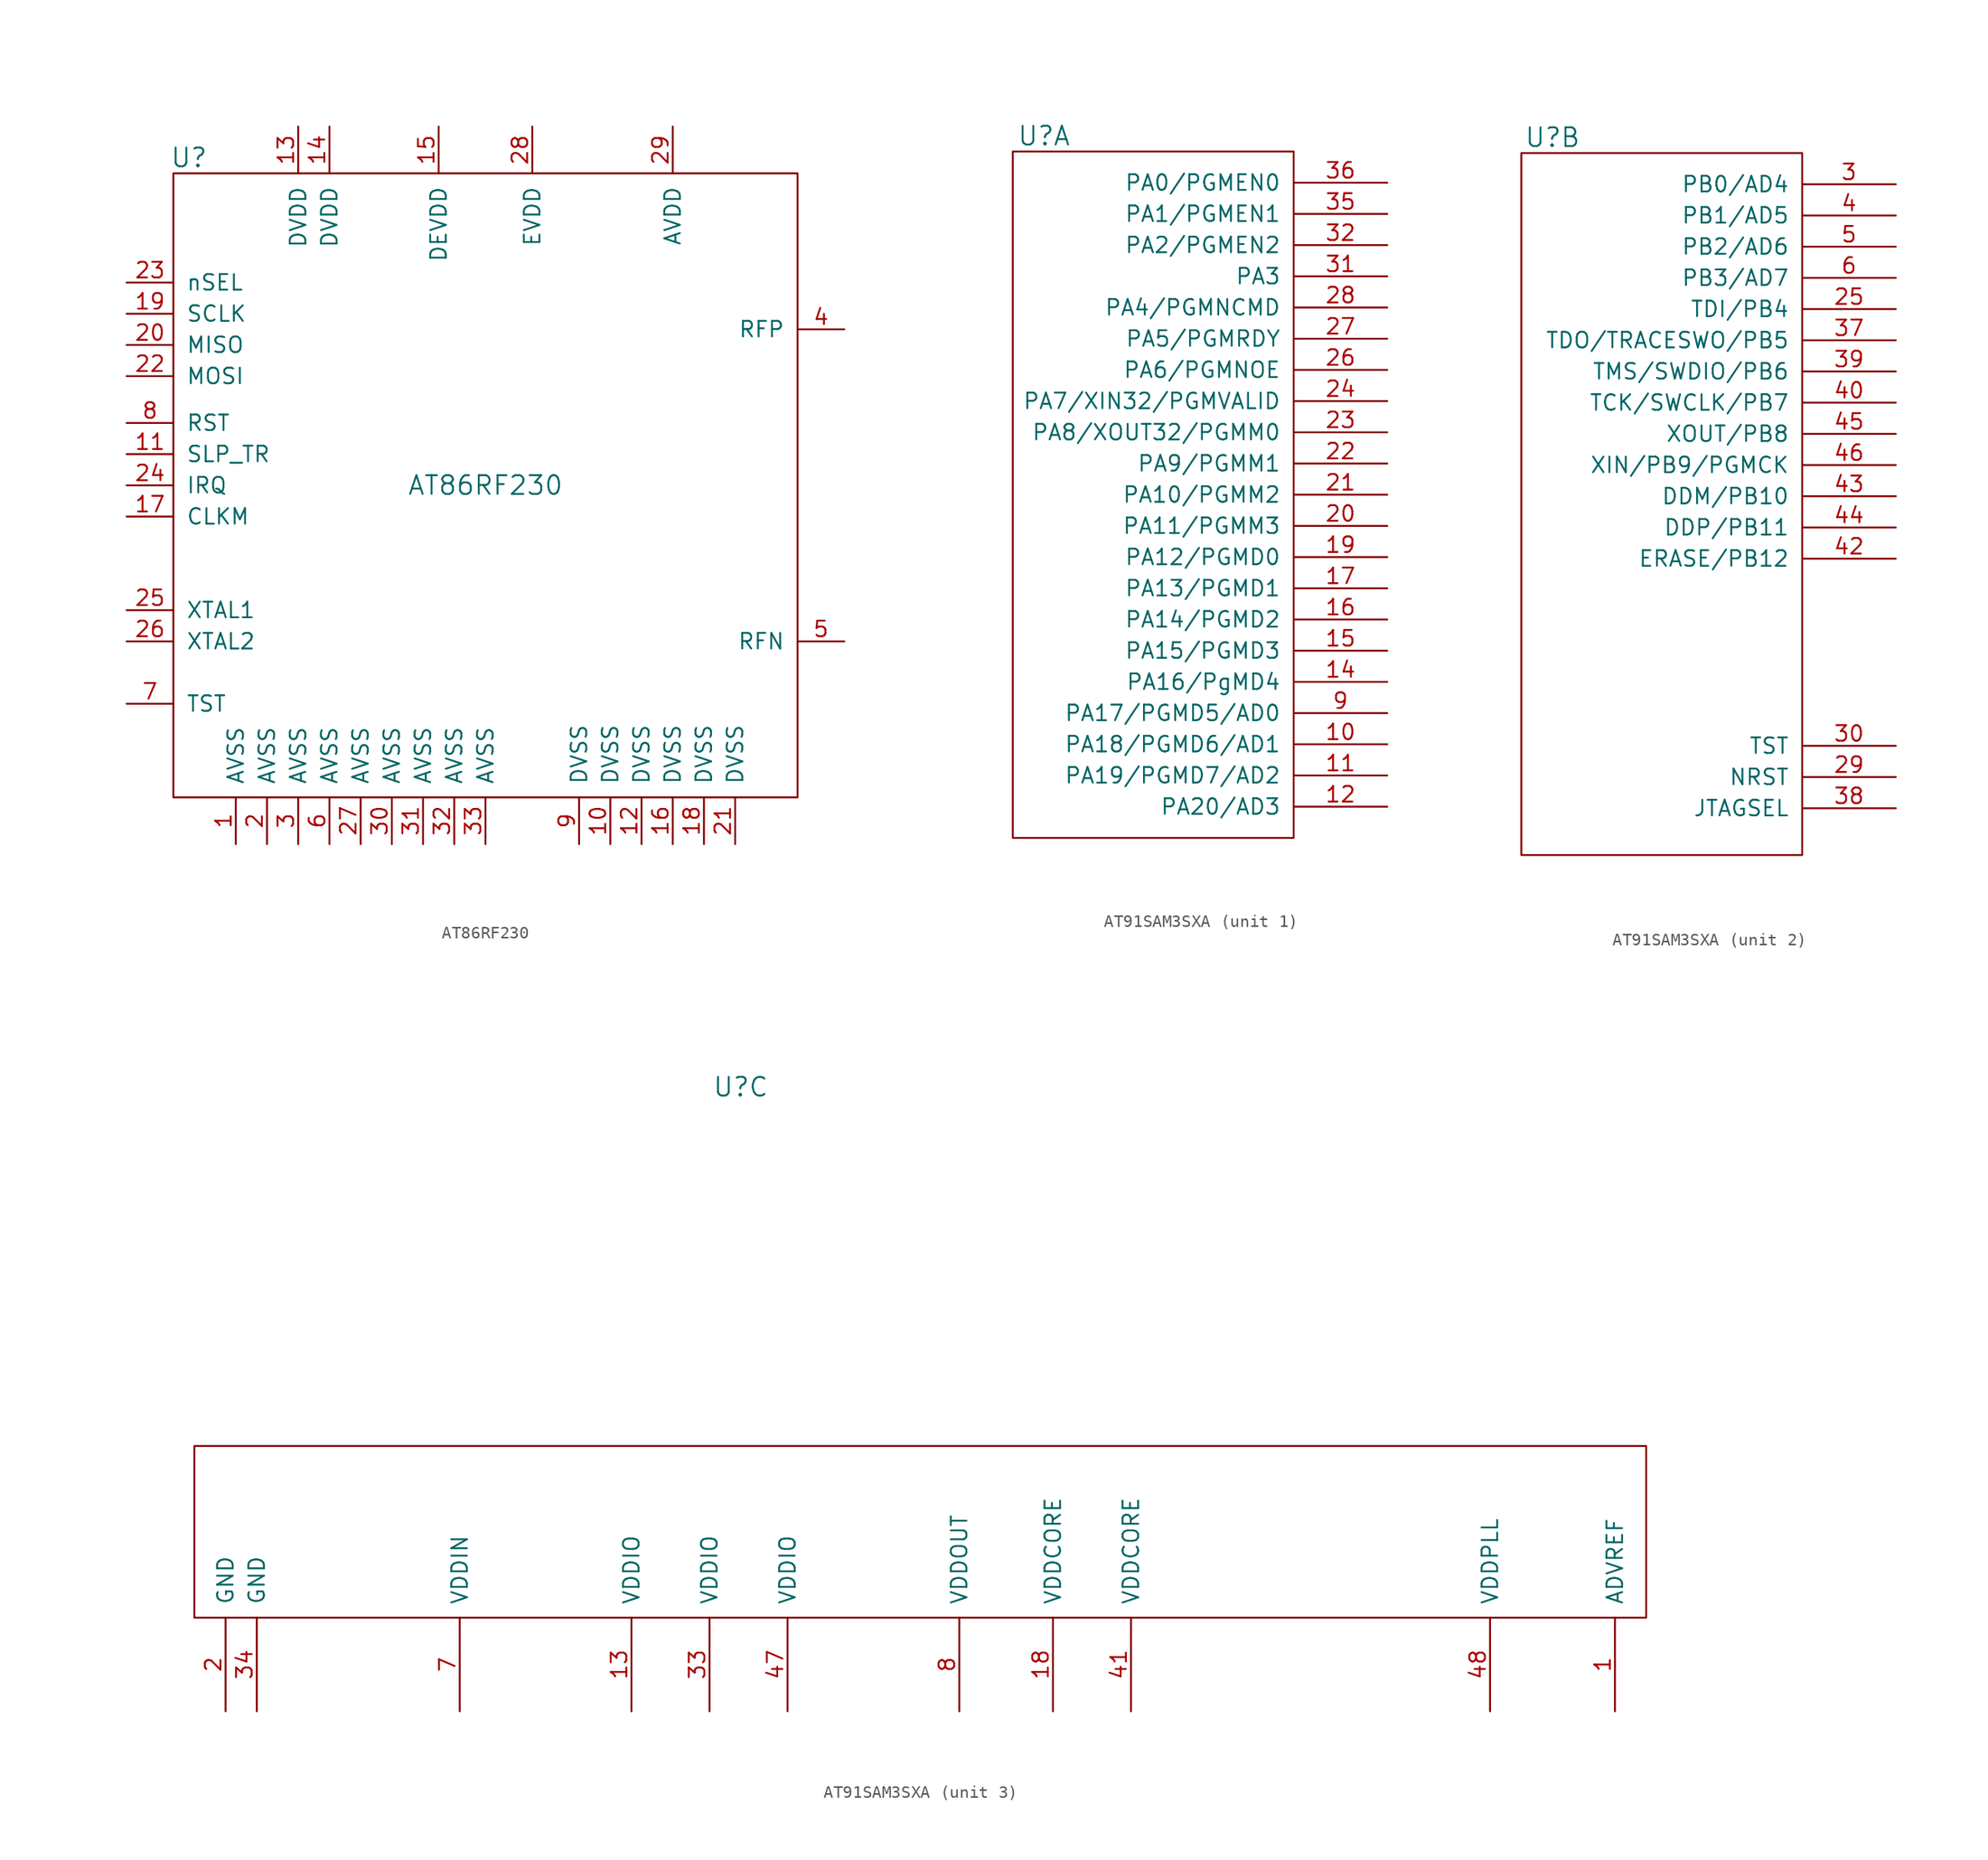
<source format=kicad_sym>
(kicad_symbol_lib
  (version 20211014)
  (generator kicad_symbol_editor)
  (symbol "AT86RF230"
    (pin_names
      (offset 1.016))
    (property "Reference" "U"
      (at -24.13 26.67 0)
      (effects (font (size 1.524 1.524))))
    (property "Value" "AT86RF230"
      (at 0 0 0)
      (effects (font (size 1.524 1.524))))
    (property "Footprint" ""
      (at 0 0 0)
      (effects (font (size 1.524 1.524))))
    (property "Datasheet" ""
      (at 0 0 0)
      (effects (font (size 1.524 1.524))))
    (symbol "AT86RF230_0_1"
      (rectangle (start -25.4 25.4) (end 25.4 -25.4) (stroke (width 0) (type default) (color 0 0 0 0)) (fill (type none))))
    (symbol "AT86RF230_1_1"
      (pin passive line (at -20.32 -29.21 90) (length 3.81) (name "AVSS" (effects (font (size 1.27 1.27)))) (number "1" (effects (font (size 1.27 1.27)))))
      (pin passive line (at 10.16 -29.21 90) (length 3.81) (name "DVSS" (effects (font (size 1.27 1.27)))) (number "10" (effects (font (size 1.27 1.27)))))
      (pin passive line (at -29.21 2.54 0) (length 3.81) (name "SLP_TR" (effects (font (size 1.27 1.27)))) (number "11" (effects (font (size 1.27 1.27)))))
      (pin passive line (at 12.7 -29.21 90) (length 3.81) (name "DVSS" (effects (font (size 1.27 1.27)))) (number "12" (effects (font (size 1.27 1.27)))))
      (pin passive line (at -15.24 29.21 270) (length 3.81) (name "DVDD" (effects (font (size 1.27 1.27)))) (number "13" (effects (font (size 1.27 1.27)))))
      (pin passive line (at -12.7 29.21 270) (length 3.81) (name "DVDD" (effects (font (size 1.27 1.27)))) (number "14" (effects (font (size 1.27 1.27)))))
      (pin passive line (at -3.81 29.21 270) (length 3.81) (name "DEVDD" (effects (font (size 1.27 1.27)))) (number "15" (effects (font (size 1.27 1.27)))))
      (pin passive line (at 15.24 -29.21 90) (length 3.81) (name "DVSS" (effects (font (size 1.27 1.27)))) (number "16" (effects (font (size 1.27 1.27)))))
      (pin passive line (at -29.21 -2.54 0) (length 3.81) (name "CLKM" (effects (font (size 1.27 1.27)))) (number "17" (effects (font (size 1.27 1.27)))))
      (pin passive line (at 17.78 -29.21 90) (length 3.81) (name "DVSS" (effects (font (size 1.27 1.27)))) (number "18" (effects (font (size 1.27 1.27)))))
      (pin passive line (at -29.21 13.97 0) (length 3.81) (name "SCLK" (effects (font (size 1.27 1.27)))) (number "19" (effects (font (size 1.27 1.27)))))
      (pin passive line (at -17.78 -29.21 90) (length 3.81) (name "AVSS" (effects (font (size 1.27 1.27)))) (number "2" (effects (font (size 1.27 1.27)))))
      (pin passive line (at -29.21 11.43 0) (length 3.81) (name "MISO" (effects (font (size 1.27 1.27)))) (number "20" (effects (font (size 1.27 1.27)))))
      (pin passive line (at 20.32 -29.21 90) (length 3.81) (name "DVSS" (effects (font (size 1.27 1.27)))) (number "21" (effects (font (size 1.27 1.27)))))
      (pin passive line (at -29.21 8.89 0) (length 3.81) (name "MOSI" (effects (font (size 1.27 1.27)))) (number "22" (effects (font (size 1.27 1.27)))))
      (pin passive line (at -29.21 16.51 0) (length 3.81) (name "nSEL" (effects (font (size 1.27 1.27)))) (number "23" (effects (font (size 1.27 1.27)))))
      (pin passive line (at -29.21 0 0) (length 3.81) (name "IRQ" (effects (font (size 1.27 1.27)))) (number "24" (effects (font (size 1.27 1.27)))))
      (pin passive line (at -29.21 -10.16 0) (length 3.81) (name "XTAL1" (effects (font (size 1.27 1.27)))) (number "25" (effects (font (size 1.27 1.27)))))
      (pin passive line (at -29.21 -12.7 0) (length 3.81) (name "XTAL2" (effects (font (size 1.27 1.27)))) (number "26" (effects (font (size 1.27 1.27)))))
      (pin passive line (at -10.16 -29.21 90) (length 3.81) (name "AVSS" (effects (font (size 1.27 1.27)))) (number "27" (effects (font (size 1.27 1.27)))))
      (pin passive line (at 3.81 29.21 270) (length 3.81) (name "EVDD" (effects (font (size 1.27 1.27)))) (number "28" (effects (font (size 1.27 1.27)))))
      (pin passive line (at 15.24 29.21 270) (length 3.81) (name "AVDD" (effects (font (size 1.27 1.27)))) (number "29" (effects (font (size 1.27 1.27)))))
      (pin passive line (at -15.24 -29.21 90) (length 3.81) (name "AVSS" (effects (font (size 1.27 1.27)))) (number "3" (effects (font (size 1.27 1.27)))))
      (pin passive line (at -7.62 -29.21 90) (length 3.81) (name "AVSS" (effects (font (size 1.27 1.27)))) (number "30" (effects (font (size 1.27 1.27)))))
      (pin passive line (at -5.08 -29.21 90) (length 3.81) (name "AVSS" (effects (font (size 1.27 1.27)))) (number "31" (effects (font (size 1.27 1.27)))))
      (pin passive line (at -2.54 -29.21 90) (length 3.81) (name "AVSS" (effects (font (size 1.27 1.27)))) (number "32" (effects (font (size 1.27 1.27)))))
      (pin passive line (at 0 -29.21 90) (length 3.81) (name "AVSS" (effects (font (size 1.27 1.27)))) (number "33" (effects (font (size 1.27 1.27)))))
      (pin passive line (at 29.21 12.7 180) (length 3.81) (name "RFP" (effects (font (size 1.27 1.27)))) (number "4" (effects (font (size 1.27 1.27)))))
      (pin passive line (at 29.21 -12.7 180) (length 3.81) (name "RFN" (effects (font (size 1.27 1.27)))) (number "5" (effects (font (size 1.27 1.27)))))
      (pin passive line (at -12.7 -29.21 90) (length 3.81) (name "AVSS" (effects (font (size 1.27 1.27)))) (number "6" (effects (font (size 1.27 1.27)))))
      (pin passive line (at -29.21 -17.78 0) (length 3.81) (name "TST" (effects (font (size 1.27 1.27)))) (number "7" (effects (font (size 1.27 1.27)))))
      (pin passive line (at -29.21 5.08 0) (length 3.81) (name "RST" (effects (font (size 1.27 1.27)))) (number "8" (effects (font (size 1.27 1.27)))))
      (pin passive line (at 7.62 -29.21 90) (length 3.81) (name "DVSS" (effects (font (size 1.27 1.27)))) (number "9" (effects (font (size 1.27 1.27)))))))
  (symbol "AT91SAM3SXA"
    (pin_names
      (offset 1.016))
    (property "Reference" "U"
      (at 2.54 29.21 0)
      (effects (font (size 1.524 1.524))))
    (property "Footprint" ""
      (at 0 0 0)
      (effects (font (size 1.524 1.524))))
    (property "Datasheet" ""
      (at 0 0 0)
      (effects (font (size 1.524 1.524))))
    (symbol "AT91SAM3SXA_1_0"
      (rectangle (start 0 27.94) (end 22.86 -27.94) (stroke (width 0) (type default) (color 0 0 0 0)) (fill (type none))))
    (symbol "AT91SAM3SXA_1_1"
      (pin bidirectional line (at 30.48 -20.32 180) (length 7.62) (name "PA18/PGMD6/AD1" (effects (font (size 1.27 1.27)))) (number "10" (effects (font (size 1.27 1.27)))))
      (pin bidirectional line (at 30.48 -22.86 180) (length 7.62) (name "PA19/PGMD7/AD2" (effects (font (size 1.27 1.27)))) (number "11" (effects (font (size 1.27 1.27)))))
      (pin bidirectional line (at 30.48 -25.4 180) (length 7.62) (name "PA20/AD3" (effects (font (size 1.27 1.27)))) (number "12" (effects (font (size 1.27 1.27)))))
      (pin bidirectional line (at 30.48 -15.24 180) (length 7.62) (name "PA16/PgMD4" (effects (font (size 1.27 1.27)))) (number "14" (effects (font (size 1.27 1.27)))))
      (pin bidirectional line (at 30.48 -12.7 180) (length 7.62) (name "PA15/PGMD3" (effects (font (size 1.27 1.27)))) (number "15" (effects (font (size 1.27 1.27)))))
      (pin bidirectional line (at 30.48 -10.16 180) (length 7.62) (name "PA14/PGMD2" (effects (font (size 1.27 1.27)))) (number "16" (effects (font (size 1.27 1.27)))))
      (pin bidirectional line (at 30.48 -7.62 180) (length 7.62) (name "PA13/PGMD1" (effects (font (size 1.27 1.27)))) (number "17" (effects (font (size 1.27 1.27)))))
      (pin bidirectional line (at 30.48 -5.08 180) (length 7.62) (name "PA12/PGMD0" (effects (font (size 1.27 1.27)))) (number "19" (effects (font (size 1.27 1.27)))))
      (pin bidirectional line (at 30.48 -2.54 180) (length 7.62) (name "PA11/PGMM3" (effects (font (size 1.27 1.27)))) (number "20" (effects (font (size 1.27 1.27)))))
      (pin bidirectional line (at 30.48 0 180) (length 7.62) (name "PA10/PGMM2" (effects (font (size 1.27 1.27)))) (number "21" (effects (font (size 1.27 1.27)))))
      (pin bidirectional line (at 30.48 2.54 180) (length 7.62) (name "PA9/PGMM1" (effects (font (size 1.27 1.27)))) (number "22" (effects (font (size 1.27 1.27)))))
      (pin bidirectional line (at 30.48 5.08 180) (length 7.62) (name "PA8/XOUT32/PGMM0" (effects (font (size 1.27 1.27)))) (number "23" (effects (font (size 1.27 1.27)))))
      (pin bidirectional line (at 30.48 7.62 180) (length 7.62) (name "PA7/XIN32/PGMVALID" (effects (font (size 1.27 1.27)))) (number "24" (effects (font (size 1.27 1.27)))))
      (pin bidirectional line (at 30.48 10.16 180) (length 7.62) (name "PA6/PGMNOE" (effects (font (size 1.27 1.27)))) (number "26" (effects (font (size 1.27 1.27)))))
      (pin bidirectional line (at 30.48 12.7 180) (length 7.62) (name "PA5/PGMRDY" (effects (font (size 1.27 1.27)))) (number "27" (effects (font (size 1.27 1.27)))))
      (pin bidirectional line (at 30.48 15.24 180) (length 7.62) (name "PA4/PGMNCMD" (effects (font (size 1.27 1.27)))) (number "28" (effects (font (size 1.27 1.27)))))
      (pin bidirectional line (at 30.48 17.78 180) (length 7.62) (name "PA3" (effects (font (size 1.27 1.27)))) (number "31" (effects (font (size 1.27 1.27)))))
      (pin bidirectional line (at 30.48 20.32 180) (length 7.62) (name "PA2/PGMEN2" (effects (font (size 1.27 1.27)))) (number "32" (effects (font (size 1.27 1.27)))))
      (pin bidirectional line (at 30.48 22.86 180) (length 7.62) (name "PA1/PGMEN1" (effects (font (size 1.27 1.27)))) (number "35" (effects (font (size 1.27 1.27)))))
      (pin bidirectional line (at 30.48 25.4 180) (length 7.62) (name "PA0/PGMEN0" (effects (font (size 1.27 1.27)))) (number "36" (effects (font (size 1.27 1.27)))))
      (pin bidirectional line (at 30.48 -17.78 180) (length 7.62) (name "PA17/PGMD5/AD0" (effects (font (size 1.27 1.27)))) (number "9" (effects (font (size 1.27 1.27))))))
    (symbol "AT91SAM3SXA_2_0"
      (rectangle (start 0 -29.21) (end 22.86 27.94) (stroke (width 0) (type default) (color 0 0 0 0)) (fill (type none))))
    (symbol "AT91SAM3SXA_2_1"
      (pin bidirectional line (at 30.48 15.24 180) (length 7.62) (name "TDI/PB4" (effects (font (size 1.27 1.27)))) (number "25" (effects (font (size 1.27 1.27)))))
      (pin bidirectional line (at 30.48 -22.86 180) (length 7.62) (name "NRST" (effects (font (size 1.27 1.27)))) (number "29" (effects (font (size 1.27 1.27)))))
      (pin bidirectional line (at 30.48 25.4 180) (length 7.62) (name "PB0/AD4" (effects (font (size 1.27 1.27)))) (number "3" (effects (font (size 1.27 1.27)))))
      (pin bidirectional line (at 30.48 -20.32 180) (length 7.62) (name "TST" (effects (font (size 1.27 1.27)))) (number "30" (effects (font (size 1.27 1.27)))))
      (pin bidirectional line (at 30.48 12.7 180) (length 7.62) (name "TDO/TRACESWO/PB5" (effects (font (size 1.27 1.27)))) (number "37" (effects (font (size 1.27 1.27)))))
      (pin bidirectional line (at 30.48 -25.4 180) (length 7.62) (name "JTAGSEL" (effects (font (size 1.27 1.27)))) (number "38" (effects (font (size 1.27 1.27)))))
      (pin bidirectional line (at 30.48 10.16 180) (length 7.62) (name "TMS/SWDIO/PB6" (effects (font (size 1.27 1.27)))) (number "39" (effects (font (size 1.27 1.27)))))
      (pin bidirectional line (at 30.48 22.86 180) (length 7.62) (name "PB1/AD5" (effects (font (size 1.27 1.27)))) (number "4" (effects (font (size 1.27 1.27)))))
      (pin bidirectional line (at 30.48 7.62 180) (length 7.62) (name "TCK/SWCLK/PB7" (effects (font (size 1.27 1.27)))) (number "40" (effects (font (size 1.27 1.27)))))
      (pin bidirectional line (at 30.48 -5.08 180) (length 7.62) (name "ERASE/PB12" (effects (font (size 1.27 1.27)))) (number "42" (effects (font (size 1.27 1.27)))))
      (pin bidirectional line (at 30.48 0 180) (length 7.62) (name "DDM/PB10" (effects (font (size 1.27 1.27)))) (number "43" (effects (font (size 1.27 1.27)))))
      (pin bidirectional line (at 30.48 -2.54 180) (length 7.62) (name "DDP/PB11" (effects (font (size 1.27 1.27)))) (number "44" (effects (font (size 1.27 1.27)))))
      (pin bidirectional line (at 30.48 5.08 180) (length 7.62) (name "XOUT/PB8" (effects (font (size 1.27 1.27)))) (number "45" (effects (font (size 1.27 1.27)))))
      (pin bidirectional line (at 30.48 2.54 180) (length 7.62) (name "XIN/PB9/PGMCK" (effects (font (size 1.27 1.27)))) (number "46" (effects (font (size 1.27 1.27)))))
      (pin bidirectional line (at 30.48 20.32 180) (length 7.62) (name "PB2/AD6" (effects (font (size 1.27 1.27)))) (number "5" (effects (font (size 1.27 1.27)))))
      (pin bidirectional line (at 30.48 17.78 180) (length 7.62) (name "PB3/AD7" (effects (font (size 1.27 1.27)))) (number "6" (effects (font (size 1.27 1.27))))))
    (symbol "AT91SAM3SXA_3_0"
      (rectangle (start -41.91 0) (end 76.2 -13.97) (stroke (width 0) (type default) (color 0 0 0 0)) (fill (type none))))
    (symbol "AT91SAM3SXA_3_1"
      (pin power_in line (at 73.66 -21.59 90) (length 7.62) (name "ADVREF" (effects (font (size 1.27 1.27)))) (number "1" (effects (font (size 1.27 1.27)))))
      (pin power_in line (at -6.35 -21.59 90) (length 7.62) (name "VDDIO" (effects (font (size 1.27 1.27)))) (number "13" (effects (font (size 1.27 1.27)))))
      (pin power_in line (at 27.94 -21.59 90) (length 7.62) (name "VDDCORE" (effects (font (size 1.27 1.27)))) (number "18" (effects (font (size 1.27 1.27)))))
      (pin power_in line (at -39.37 -21.59 90) (length 7.62) (name "GND" (effects (font (size 1.27 1.27)))) (number "2" (effects (font (size 1.27 1.27)))))
      (pin power_in line (at 0 -21.59 90) (length 7.62) (name "VDDIO" (effects (font (size 1.27 1.27)))) (number "33" (effects (font (size 1.27 1.27)))))
      (pin power_in line (at -36.83 -21.59 90) (length 7.62) (name "GND" (effects (font (size 1.27 1.27)))) (number "34" (effects (font (size 1.27 1.27)))))
      (pin power_in line (at 34.29 -21.59 90) (length 7.62) (name "VDDCORE" (effects (font (size 1.27 1.27)))) (number "41" (effects (font (size 1.27 1.27)))))
      (pin power_in line (at 6.35 -21.59 90) (length 7.62) (name "VDDIO" (effects (font (size 1.27 1.27)))) (number "47" (effects (font (size 1.27 1.27)))))
      (pin power_in line (at 63.5 -21.59 90) (length 7.62) (name "VDDPLL" (effects (font (size 1.27 1.27)))) (number "48" (effects (font (size 1.27 1.27)))))
      (pin power_in line (at -20.32 -21.59 90) (length 7.62) (name "VDDIN" (effects (font (size 1.27 1.27)))) (number "7" (effects (font (size 1.27 1.27)))))
      (pin power_out line (at 20.32 -21.59 90) (length 7.62) (name "VDDOUT" (effects (font (size 1.27 1.27)))) (number "8" (effects (font (size 1.27 1.27))))))))
</source>
